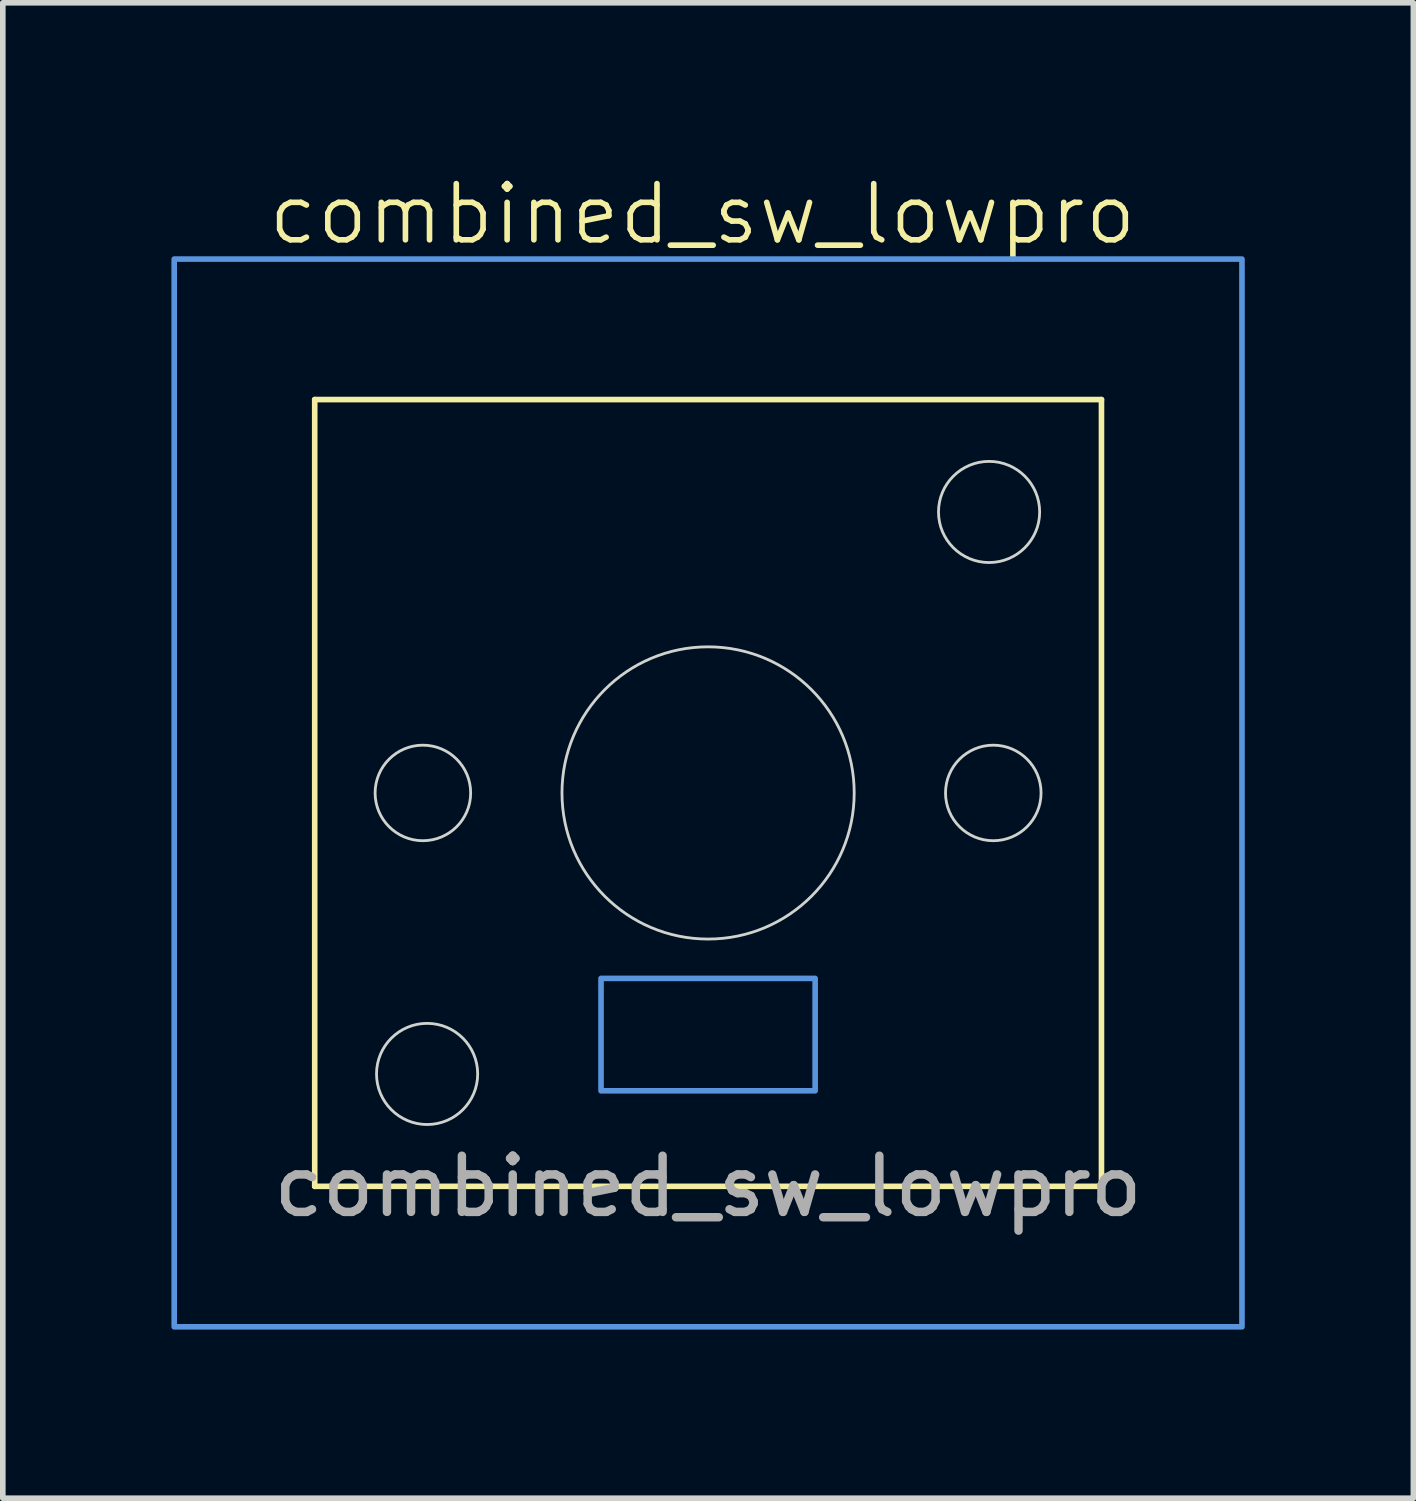
<source format=kicad_pcb>
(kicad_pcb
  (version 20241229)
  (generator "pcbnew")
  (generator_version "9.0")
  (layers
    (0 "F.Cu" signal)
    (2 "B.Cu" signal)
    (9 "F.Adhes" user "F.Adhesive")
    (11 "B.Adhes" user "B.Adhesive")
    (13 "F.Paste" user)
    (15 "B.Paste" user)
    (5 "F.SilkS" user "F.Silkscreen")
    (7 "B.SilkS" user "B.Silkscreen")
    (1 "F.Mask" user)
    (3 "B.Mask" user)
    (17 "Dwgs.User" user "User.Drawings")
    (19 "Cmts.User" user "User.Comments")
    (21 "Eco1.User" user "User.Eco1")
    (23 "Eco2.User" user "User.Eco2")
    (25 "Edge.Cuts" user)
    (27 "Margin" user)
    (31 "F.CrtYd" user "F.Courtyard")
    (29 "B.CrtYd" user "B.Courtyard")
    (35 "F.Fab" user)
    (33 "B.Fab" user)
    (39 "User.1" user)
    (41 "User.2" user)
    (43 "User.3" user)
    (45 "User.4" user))
  (footprint "combined_sw_lowpro"
    (layer "F.Cu")
    (at 9.55 11.06)
    (property "Reference" "combined_sw_lowpro" (at -0.1 -10.3 0) (unlocked yes) (layer "F.SilkS") (effects (font (size 1 1) (thickness 0.1))))
    (attr smd)
    (fp_line (start -7 -7) (end 7 -7) (stroke (width 0.1) (type default)) (layer "F.SilkS"))
    (fp_line (start -7 7) (end -7 -7) (stroke (width 0.1) (type default)) (layer "F.SilkS"))
    (fp_line (start 7 -7) (end 7 7) (stroke (width 0.1) (type default)) (layer "F.SilkS"))
    (fp_line (start 7 7) (end -7 7) (stroke (width 0.1) (type default)) (layer "F.SilkS"))
    (fp_rect (start -9.5 -9.5) (end 9.5 9.5) (stroke (width 0.1) (type solid)) (fill no) (layer "Cmts.User"))
    (fp_rect (start -1.905 3.3) (end 1.905 5.3) (stroke (width 0.1) (type solid)) (fill no) (layer "Cmts.User"))
    (fp_circle (center 0 0) (end 2.5 0) (stroke (width 0.1) (type default)) (fill no) (layer "Eco1.User"))
    (fp_circle (center -5.075 0) (end -4.225 0) (stroke (width 0.05) (type solid)) (fill no) (layer "Edge.Cuts"))
    (fp_circle (center -5 5) (end -4.1 5) (stroke (width 0.05) (type solid)) (fill no) (layer "Edge.Cuts"))
    (fp_circle (center 0 0) (end 2.6 0) (stroke (width 0.05) (type solid)) (fill no) (layer "Edge.Cuts"))
    (fp_circle (center 5 -5) (end 5.9 -5) (stroke (width 0.05) (type solid)) (fill no) (layer "Edge.Cuts"))
    (fp_circle (center 5.075 0) (end 5.925 0) (stroke (width 0.05) (type solid)) (fill no) (layer "Edge.Cuts"))
    (fp_rect (start -2.5 -6) (end 2.5 -3.5) (stroke (width 0.1) (type solid)) (fill no) (layer "User.2"))
    (fp_line (start -1.905 4.3) (end 1.905 4.3) (stroke (width 0.1) (type solid)) (layer "User.3"))
    (fp_line (start 0 3.25) (end 0 5.75) (stroke (width 0.1) (type solid)) (layer "User.3"))
    (fp_circle (center 0 4.5) (end 1.25 4.5) (stroke (width 0.1) (type solid)) (fill no) (layer "User.4"))
    (fp_text user "${REFERENCE}" (at 0 7 0) (unlocked yes) (layer "F.Fab") (effects (font (size 1 1) (thickness 0.15))))
    (zone (net_name "") (layers "F.Cu" "B.Cu") (hatch edge 0.5) (connect_pads) (min_thickness 0.25) (filled_areas_thickness no) (keepout (tracks allowed) (vias allowed) (pads allowed) (copperpour not_allowed) (footprints allowed)) (placement (enabled no)) (fill) (polygon (pts (xy 2.55 11.06) (xy 16.55 11.06) (xy 16.55 20.561) (xy 2.55 20.561))))
    (zone (net_name "") (layer "User.6") (hatch edge 0.5) (connect_pads) (min_thickness 0.25) (filled_areas_thickness no) (keepout (tracks allowed) (vias allowed) (pads allowed) (copperpour not_allowed) (footprints allowed)) (placement (enabled no)) (fill) (polygon (pts (xy 2.55 11.06) (xy 16.55 11.06) (xy 16.55 20.561) (xy 2.65 20.561)))))
  (gr_rect
    (start -3 -3)
    (end 22.1 23.61)
    (stroke (width 0.1) (type default))
    (fill no)
    (layer "Edge.Cuts")))
</source>
